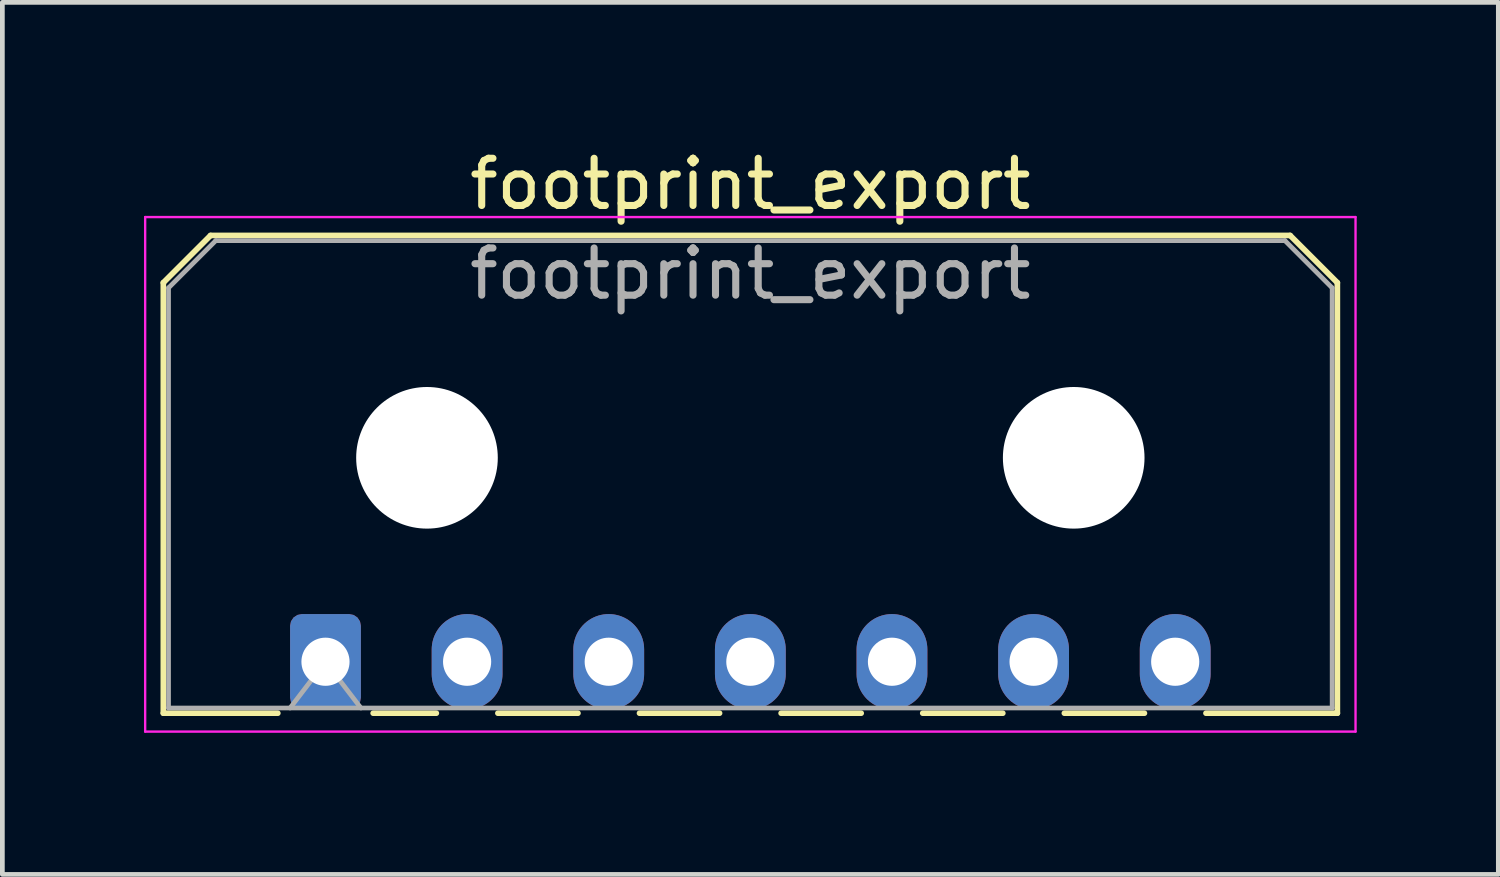
<source format=kicad_pcb>
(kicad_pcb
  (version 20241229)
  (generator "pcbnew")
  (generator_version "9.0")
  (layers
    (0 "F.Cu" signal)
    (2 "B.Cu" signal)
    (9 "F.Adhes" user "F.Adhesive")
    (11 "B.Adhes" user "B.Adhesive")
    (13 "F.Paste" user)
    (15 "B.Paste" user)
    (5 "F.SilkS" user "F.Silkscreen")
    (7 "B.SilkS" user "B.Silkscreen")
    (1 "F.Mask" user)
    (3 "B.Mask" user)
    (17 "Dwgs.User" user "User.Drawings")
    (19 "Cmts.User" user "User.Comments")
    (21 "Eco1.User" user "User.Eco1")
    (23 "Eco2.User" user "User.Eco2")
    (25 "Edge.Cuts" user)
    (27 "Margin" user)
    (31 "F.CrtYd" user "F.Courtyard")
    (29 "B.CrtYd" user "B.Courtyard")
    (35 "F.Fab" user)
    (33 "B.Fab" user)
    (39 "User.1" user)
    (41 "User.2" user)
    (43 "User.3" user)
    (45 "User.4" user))
  (footprint "footprint_export"
    (layer "F.Cu")
    (at 3.845 10.968)
    (property "Reference" "footprint_export" (at 9 -10.12 0) (layer "F.SilkS") (effects (font (size 1 1) (thickness 0.15))))
    (attr through_hole)
    (fp_line (start -3.435 -8.03) (end -2.435 -9.03) (stroke (width 0.12) (type solid)) (layer "F.SilkS"))
    (fp_line (start -3.435 1.09) (end -3.435 -8.03) (stroke (width 0.12) (type solid)) (layer "F.SilkS"))
    (fp_line (start -3.435 1.09) (end -1.01 1.09) (stroke (width 0.12) (type solid)) (layer "F.SilkS"))
    (fp_line (start -2.435 -9.03) (end 20.435 -9.03) (stroke (width 0.12) (type solid)) (layer "F.SilkS"))
    (fp_line (start 1.01 1.09) (end 2.348 1.09) (stroke (width 0.12) (type solid)) (layer "F.SilkS"))
    (fp_line (start 3.652 1.09) (end 5.348 1.09) (stroke (width 0.12) (type solid)) (layer "F.SilkS"))
    (fp_line (start 6.652 1.09) (end 8.348 1.09) (stroke (width 0.12) (type solid)) (layer "F.SilkS"))
    (fp_line (start 9.652 1.09) (end 11.348 1.09) (stroke (width 0.12) (type solid)) (layer "F.SilkS"))
    (fp_line (start 12.652 1.09) (end 14.348 1.09) (stroke (width 0.12) (type solid)) (layer "F.SilkS"))
    (fp_line (start 15.652 1.09) (end 17.348 1.09) (stroke (width 0.12) (type solid)) (layer "F.SilkS"))
    (fp_line (start 20.435 -9.03) (end 21.435 -8.03) (stroke (width 0.12) (type solid)) (layer "F.SilkS"))
    (fp_line (start 21.435 -8.03) (end 21.435 1.09) (stroke (width 0.12) (type solid)) (layer "F.SilkS"))
    (fp_line (start 21.435 1.09) (end 18.652 1.09) (stroke (width 0.12) (type solid)) (layer "F.SilkS"))
    (fp_line (start -3.82 -9.42) (end 21.82 -9.42) (stroke (width 0.05) (type solid)) (layer "F.CrtYd"))
    (fp_line (start -3.82 1.48) (end -3.82 -9.42) (stroke (width 0.05) (type solid)) (layer "F.CrtYd"))
    (fp_line (start 21.82 -9.42) (end 21.82 1.48) (stroke (width 0.05) (type solid)) (layer "F.CrtYd"))
    (fp_line (start 21.82 1.48) (end -3.82 1.48) (stroke (width 0.05) (type solid)) (layer "F.CrtYd"))
    (fp_line (start -3.325 -7.92) (end -2.325 -8.92) (stroke (width 0.1) (type solid)) (layer "F.Fab"))
    (fp_line (start -3.325 0.98) (end -3.325 -7.92) (stroke (width 0.1) (type solid)) (layer "F.Fab"))
    (fp_line (start -2.325 -8.92) (end 20.325 -8.92) (stroke (width 0.1) (type solid)) (layer "F.Fab"))
    (fp_line (start -0.75 0.98) (end 0 0) (stroke (width 0.1) (type solid)) (layer "F.Fab"))
    (fp_line (start 0 0) (end 0.75 0.98) (stroke (width 0.1) (type solid)) (layer "F.Fab"))
    (fp_line (start 20.325 -8.92) (end 21.325 -7.92) (stroke (width 0.1) (type solid)) (layer "F.Fab"))
    (fp_line (start 21.325 -7.92) (end 21.325 0.98) (stroke (width 0.1) (type solid)) (layer "F.Fab"))
    (fp_line (start 21.325 0.98) (end -3.325 0.98) (stroke (width 0.1) (type solid)) (layer "F.Fab"))
    (fp_text user "${REFERENCE}" (at 9 -8.22 0) (layer "F.Fab") (effects (font (size 1 1) (thickness 0.15))))
    (pad "" np_thru_hole circle (at 2.15 -4.32) (size 3 3) (drill 3) (layers "*.Cu" "*.Mask"))
    (pad "" np_thru_hole circle (at 15.85 -4.32) (size 3 3) (drill 3) (layers "*.Cu" "*.Mask"))
    (pad "1" thru_hole roundrect (at 0 0) (size 1.5 2.02) (drill 1.02) (layers "*.Cu" "*.Mask") (roundrect_rratio 0.167))
    (pad "2" thru_hole oval (at 3 0) (size 1.5 2.02) (drill 1.02) (layers "*.Cu" "*.Mask"))
    (pad "3" thru_hole oval (at 6 0) (size 1.5 2.02) (drill 1.02) (layers "*.Cu" "*.Mask"))
    (pad "4" thru_hole oval (at 9 0) (size 1.5 2.02) (drill 1.02) (layers "*.Cu" "*.Mask"))
    (pad "5" thru_hole oval (at 12 0) (size 1.5 2.02) (drill 1.02) (layers "*.Cu" "*.Mask"))
    (pad "6" thru_hole oval (at 15 0) (size 1.5 2.02) (drill 1.02) (layers "*.Cu" "*.Mask"))
    (pad "7" thru_hole oval (at 18 0) (size 1.5 2.02) (drill 1.02) (layers "*.Cu" "*.Mask")))
  (gr_rect
    (start -3 -3)
    (end 28.69 15.473)
    (stroke (width 0.1) (type default))
    (fill no)
    (layer "Edge.Cuts")))
</source>
